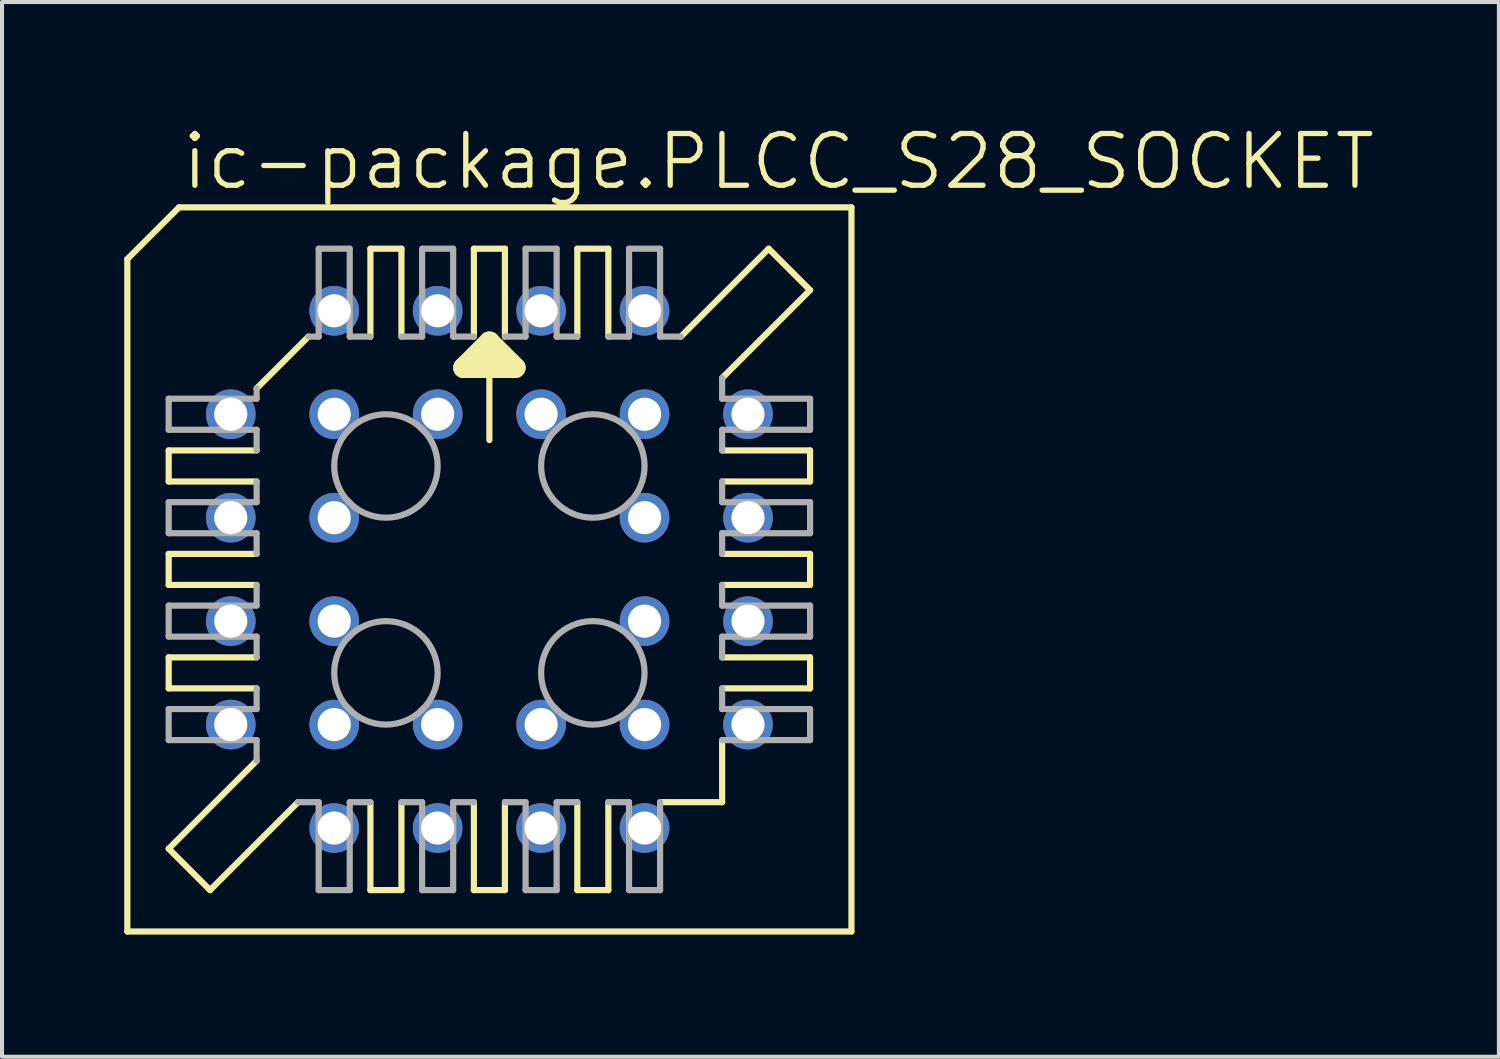
<source format=kicad_pcb>
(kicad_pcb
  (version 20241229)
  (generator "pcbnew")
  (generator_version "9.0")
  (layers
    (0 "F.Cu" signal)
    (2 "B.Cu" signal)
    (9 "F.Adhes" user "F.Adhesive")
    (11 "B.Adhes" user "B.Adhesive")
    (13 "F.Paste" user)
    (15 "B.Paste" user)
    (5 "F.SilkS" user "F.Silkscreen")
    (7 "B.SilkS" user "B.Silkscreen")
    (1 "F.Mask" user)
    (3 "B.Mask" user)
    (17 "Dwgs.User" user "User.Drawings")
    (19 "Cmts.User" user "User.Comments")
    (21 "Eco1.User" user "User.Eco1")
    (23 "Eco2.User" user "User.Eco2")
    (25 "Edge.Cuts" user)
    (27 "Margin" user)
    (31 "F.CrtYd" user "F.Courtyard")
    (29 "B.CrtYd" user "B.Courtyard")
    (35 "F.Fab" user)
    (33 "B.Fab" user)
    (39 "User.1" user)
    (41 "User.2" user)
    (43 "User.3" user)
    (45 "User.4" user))
  (footprint "ic-package.PLCC_S28_SOCKET"
    (layer "F.Cu")
    (at 8.966 10.931)
    (property "Reference" "ic-package.PLCC_S28_SOCKET" (at -7.62 -9.271 0) (layer "F.SilkS") (effects (font (size 1.27 1.27) (thickness 0.13)) (justify left bottom)))
    (attr through_hole)
    (fp_line (start -8.89 -7.62) (end -8.89 8.89) (stroke (width 0.152) (type default)) (layer "F.SilkS"))
    (fp_line (start -7.874 -2.159) (end -7.874 -2.921) (stroke (width 0.152) (type default)) (layer "F.SilkS"))
    (fp_line (start -7.874 -2.159) (end -5.715 -2.159) (stroke (width 0.152) (type default)) (layer "F.SilkS"))
    (fp_line (start -7.874 0.381) (end -7.874 -0.381) (stroke (width 0.152) (type default)) (layer "F.SilkS"))
    (fp_line (start -7.874 0.381) (end -5.715 0.381) (stroke (width 0.152) (type default)) (layer "F.SilkS"))
    (fp_line (start -7.874 2.921) (end -7.874 2.159) (stroke (width 0.152) (type default)) (layer "F.SilkS"))
    (fp_line (start -7.874 2.921) (end -5.715 2.921) (stroke (width 0.152) (type default)) (layer "F.SilkS"))
    (fp_line (start -7.874 6.858) (end -5.715 4.699) (stroke (width 0.152) (type default)) (layer "F.SilkS"))
    (fp_line (start -7.62 -8.89) (end -8.89 -7.62) (stroke (width 0.152) (type default)) (layer "F.SilkS"))
    (fp_line (start -6.858 7.874) (end -7.874 6.858) (stroke (width 0.152) (type default)) (layer "F.SilkS"))
    (fp_line (start -6.858 7.874) (end -4.699 5.715) (stroke (width 0.152) (type default)) (layer "F.SilkS"))
    (fp_line (start -5.715 -4.445) (end -4.445 -5.715) (stroke (width 0.152) (type default)) (layer "F.SilkS"))
    (fp_line (start -5.715 -2.921) (end -7.874 -2.921) (stroke (width 0.152) (type default)) (layer "F.SilkS"))
    (fp_line (start -5.715 -0.381) (end -7.874 -0.381) (stroke (width 0.152) (type default)) (layer "F.SilkS"))
    (fp_line (start -5.715 2.159) (end -7.874 2.159) (stroke (width 0.152) (type default)) (layer "F.SilkS"))
    (fp_line (start -2.921 -5.715) (end -2.921 -7.874) (stroke (width 0.152) (type default)) (layer "F.SilkS"))
    (fp_line (start -2.921 7.874) (end -2.921 5.715) (stroke (width 0.152) (type default)) (layer "F.SilkS"))
    (fp_line (start -2.921 7.874) (end -2.159 7.874) (stroke (width 0.152) (type default)) (layer "F.SilkS"))
    (fp_line (start -2.159 -7.874) (end -2.921 -7.874) (stroke (width 0.152) (type default)) (layer "F.SilkS"))
    (fp_line (start -2.159 -7.874) (end -2.159 -5.715) (stroke (width 0.152) (type default)) (layer "F.SilkS"))
    (fp_line (start -2.159 5.715) (end -2.159 7.874) (stroke (width 0.152) (type default)) (layer "F.SilkS"))
    (fp_line (start -0.635 -4.953) (end 0 -5.588) (stroke (width 0.508) (type default)) (layer "F.SilkS"))
    (fp_line (start -0.381 -5.715) (end -0.381 -7.874) (stroke (width 0.152) (type default)) (layer "F.SilkS"))
    (fp_line (start -0.381 7.874) (end -0.381 5.715) (stroke (width 0.152) (type default)) (layer "F.SilkS"))
    (fp_line (start -0.381 7.874) (end 0.381 7.874) (stroke (width 0.152) (type default)) (layer "F.SilkS"))
    (fp_line (start 0 -5.588) (end 0 -3.175) (stroke (width 0.152) (type default)) (layer "F.SilkS"))
    (fp_line (start 0 -5.588) (end 0.635 -4.953) (stroke (width 0.508) (type default)) (layer "F.SilkS"))
    (fp_line (start 0.381 -7.874) (end -0.381 -7.874) (stroke (width 0.152) (type default)) (layer "F.SilkS"))
    (fp_line (start 0.381 -7.874) (end 0.381 -5.715) (stroke (width 0.152) (type default)) (layer "F.SilkS"))
    (fp_line (start 0.381 5.715) (end 0.381 7.874) (stroke (width 0.152) (type default)) (layer "F.SilkS"))
    (fp_line (start 0.635 -4.953) (end -0.635 -4.953) (stroke (width 0.508) (type default)) (layer "F.SilkS"))
    (fp_line (start 2.159 -5.715) (end 2.159 -7.874) (stroke (width 0.152) (type default)) (layer "F.SilkS"))
    (fp_line (start 2.159 7.874) (end 2.159 5.715) (stroke (width 0.152) (type default)) (layer "F.SilkS"))
    (fp_line (start 2.159 7.874) (end 2.921 7.874) (stroke (width 0.152) (type default)) (layer "F.SilkS"))
    (fp_line (start 2.921 -7.874) (end 2.159 -7.874) (stroke (width 0.152) (type default)) (layer "F.SilkS"))
    (fp_line (start 2.921 -7.874) (end 2.921 -5.715) (stroke (width 0.152) (type default)) (layer "F.SilkS"))
    (fp_line (start 2.921 5.715) (end 2.921 7.874) (stroke (width 0.152) (type default)) (layer "F.SilkS"))
    (fp_line (start 4.191 5.715) (end 5.715 5.715) (stroke (width 0.152) (type default)) (layer "F.SilkS"))
    (fp_line (start 5.715 -2.159) (end 7.874 -2.159) (stroke (width 0.152) (type default)) (layer "F.SilkS"))
    (fp_line (start 5.715 0.381) (end 7.874 0.381) (stroke (width 0.152) (type default)) (layer "F.SilkS"))
    (fp_line (start 5.715 2.921) (end 7.874 2.921) (stroke (width 0.152) (type default)) (layer "F.SilkS"))
    (fp_line (start 5.715 4.191) (end 5.715 5.715) (stroke (width 0.152) (type default)) (layer "F.SilkS"))
    (fp_line (start 6.858 -7.874) (end 4.699 -5.715) (stroke (width 0.152) (type default)) (layer "F.SilkS"))
    (fp_line (start 7.874 -6.858) (end 5.715 -4.699) (stroke (width 0.152) (type default)) (layer "F.SilkS"))
    (fp_line (start 7.874 -6.858) (end 6.858 -7.874) (stroke (width 0.152) (type default)) (layer "F.SilkS"))
    (fp_line (start 7.874 -2.921) (end 5.715 -2.921) (stroke (width 0.152) (type default)) (layer "F.SilkS"))
    (fp_line (start 7.874 -2.921) (end 7.874 -2.159) (stroke (width 0.152) (type default)) (layer "F.SilkS"))
    (fp_line (start 7.874 -0.381) (end 5.715 -0.381) (stroke (width 0.152) (type default)) (layer "F.SilkS"))
    (fp_line (start 7.874 -0.381) (end 7.874 0.381) (stroke (width 0.152) (type default)) (layer "F.SilkS"))
    (fp_line (start 7.874 2.159) (end 5.715 2.159) (stroke (width 0.152) (type default)) (layer "F.SilkS"))
    (fp_line (start 7.874 2.159) (end 7.874 2.921) (stroke (width 0.152) (type default)) (layer "F.SilkS"))
    (fp_line (start 8.89 -8.89) (end -7.62 -8.89) (stroke (width 0.152) (type default)) (layer "F.SilkS"))
    (fp_line (start 8.89 8.89) (end -8.89 8.89) (stroke (width 0.152) (type default)) (layer "F.SilkS"))
    (fp_line (start 8.89 8.89) (end 8.89 -8.89) (stroke (width 0.152) (type default)) (layer "F.SilkS"))
    (fp_line (start -7.874 -3.429) (end -7.874 -4.191) (stroke (width 0.152) (type default)) (layer "F.Fab"))
    (fp_line (start -7.874 -3.429) (end -5.715 -3.429) (stroke (width 0.152) (type default)) (layer "F.Fab"))
    (fp_line (start -7.874 -0.889) (end -7.874 -1.651) (stroke (width 0.152) (type default)) (layer "F.Fab"))
    (fp_line (start -7.874 -0.889) (end -5.715 -0.889) (stroke (width 0.152) (type default)) (layer "F.Fab"))
    (fp_line (start -7.874 1.651) (end -7.874 0.889) (stroke (width 0.152) (type default)) (layer "F.Fab"))
    (fp_line (start -7.874 1.651) (end -5.715 1.651) (stroke (width 0.152) (type default)) (layer "F.Fab"))
    (fp_line (start -7.874 4.191) (end -7.874 3.429) (stroke (width 0.152) (type default)) (layer "F.Fab"))
    (fp_line (start -7.874 4.191) (end -5.715 4.191) (stroke (width 0.152) (type default)) (layer "F.Fab"))
    (fp_line (start -5.715 -4.191) (end -7.874 -4.191) (stroke (width 0.152) (type default)) (layer "F.Fab"))
    (fp_line (start -5.715 -4.191) (end -5.715 -4.445) (stroke (width 0.152) (type default)) (layer "F.Fab"))
    (fp_line (start -5.715 -2.921) (end -5.715 -3.429) (stroke (width 0.152) (type default)) (layer "F.Fab"))
    (fp_line (start -5.715 -1.651) (end -7.874 -1.651) (stroke (width 0.152) (type default)) (layer "F.Fab"))
    (fp_line (start -5.715 -1.651) (end -5.715 -2.159) (stroke (width 0.152) (type default)) (layer "F.Fab"))
    (fp_line (start -5.715 -0.381) (end -5.715 -0.889) (stroke (width 0.152) (type default)) (layer "F.Fab"))
    (fp_line (start -5.715 0.889) (end -7.874 0.889) (stroke (width 0.152) (type default)) (layer "F.Fab"))
    (fp_line (start -5.715 0.889) (end -5.715 0.381) (stroke (width 0.152) (type default)) (layer "F.Fab"))
    (fp_line (start -5.715 2.159) (end -5.715 1.651) (stroke (width 0.152) (type default)) (layer "F.Fab"))
    (fp_line (start -5.715 3.429) (end -7.874 3.429) (stroke (width 0.152) (type default)) (layer "F.Fab"))
    (fp_line (start -5.715 3.429) (end -5.715 2.921) (stroke (width 0.152) (type default)) (layer "F.Fab"))
    (fp_line (start -5.715 4.699) (end -5.715 4.191) (stroke (width 0.152) (type default)) (layer "F.Fab"))
    (fp_line (start -4.699 5.715) (end -4.191 5.715) (stroke (width 0.152) (type default)) (layer "F.Fab"))
    (fp_line (start -4.191 -5.715) (end -4.445 -5.715) (stroke (width 0.152) (type default)) (layer "F.Fab"))
    (fp_line (start -4.191 -5.715) (end -4.191 -7.874) (stroke (width 0.152) (type default)) (layer "F.Fab"))
    (fp_line (start -4.191 7.874) (end -4.191 5.715) (stroke (width 0.152) (type default)) (layer "F.Fab"))
    (fp_line (start -4.191 7.874) (end -3.429 7.874) (stroke (width 0.152) (type default)) (layer "F.Fab"))
    (fp_line (start -3.429 -7.874) (end -4.191 -7.874) (stroke (width 0.152) (type default)) (layer "F.Fab"))
    (fp_line (start -3.429 -7.874) (end -3.429 -5.715) (stroke (width 0.152) (type default)) (layer "F.Fab"))
    (fp_line (start -3.429 5.715) (end -3.429 7.874) (stroke (width 0.152) (type default)) (layer "F.Fab"))
    (fp_line (start -3.429 5.715) (end -2.921 5.715) (stroke (width 0.152) (type default)) (layer "F.Fab"))
    (fp_line (start -2.921 -5.715) (end -3.429 -5.715) (stroke (width 0.152) (type default)) (layer "F.Fab"))
    (fp_line (start -2.159 5.715) (end -1.651 5.715) (stroke (width 0.152) (type default)) (layer "F.Fab"))
    (fp_line (start -1.651 -5.715) (end -2.159 -5.715) (stroke (width 0.152) (type default)) (layer "F.Fab"))
    (fp_line (start -1.651 -5.715) (end -1.651 -7.874) (stroke (width 0.152) (type default)) (layer "F.Fab"))
    (fp_line (start -1.651 7.874) (end -1.651 5.715) (stroke (width 0.152) (type default)) (layer "F.Fab"))
    (fp_line (start -1.651 7.874) (end -0.889 7.874) (stroke (width 0.152) (type default)) (layer "F.Fab"))
    (fp_line (start -0.889 -7.874) (end -1.651 -7.874) (stroke (width 0.152) (type default)) (layer "F.Fab"))
    (fp_line (start -0.889 -7.874) (end -0.889 -5.715) (stroke (width 0.152) (type default)) (layer "F.Fab"))
    (fp_line (start -0.889 5.715) (end -0.889 7.874) (stroke (width 0.152) (type default)) (layer "F.Fab"))
    (fp_line (start -0.889 5.715) (end -0.381 5.715) (stroke (width 0.152) (type default)) (layer "F.Fab"))
    (fp_line (start -0.381 -5.715) (end -0.889 -5.715) (stroke (width 0.152) (type default)) (layer "F.Fab"))
    (fp_line (start 0.381 5.715) (end 0.889 5.715) (stroke (width 0.152) (type default)) (layer "F.Fab"))
    (fp_line (start 0.889 -5.715) (end 0.381 -5.715) (stroke (width 0.152) (type default)) (layer "F.Fab"))
    (fp_line (start 0.889 -5.715) (end 0.889 -7.874) (stroke (width 0.152) (type default)) (layer "F.Fab"))
    (fp_line (start 0.889 7.874) (end 0.889 5.715) (stroke (width 0.152) (type default)) (layer "F.Fab"))
    (fp_line (start 0.889 7.874) (end 1.651 7.874) (stroke (width 0.152) (type default)) (layer "F.Fab"))
    (fp_line (start 1.651 -7.874) (end 0.889 -7.874) (stroke (width 0.152) (type default)) (layer "F.Fab"))
    (fp_line (start 1.651 -7.874) (end 1.651 -5.715) (stroke (width 0.152) (type default)) (layer "F.Fab"))
    (fp_line (start 1.651 5.715) (end 1.651 7.874) (stroke (width 0.152) (type default)) (layer "F.Fab"))
    (fp_line (start 1.651 5.715) (end 2.159 5.715) (stroke (width 0.152) (type default)) (layer "F.Fab"))
    (fp_line (start 2.159 -5.715) (end 1.651 -5.715) (stroke (width 0.152) (type default)) (layer "F.Fab"))
    (fp_line (start 2.921 5.715) (end 3.429 5.715) (stroke (width 0.152) (type default)) (layer "F.Fab"))
    (fp_line (start 3.429 -5.715) (end 2.921 -5.715) (stroke (width 0.152) (type default)) (layer "F.Fab"))
    (fp_line (start 3.429 -5.715) (end 3.429 -7.874) (stroke (width 0.152) (type default)) (layer "F.Fab"))
    (fp_line (start 3.429 7.874) (end 3.429 5.715) (stroke (width 0.152) (type default)) (layer "F.Fab"))
    (fp_line (start 3.429 7.874) (end 4.191 7.874) (stroke (width 0.152) (type default)) (layer "F.Fab"))
    (fp_line (start 4.191 -7.874) (end 3.429 -7.874) (stroke (width 0.152) (type default)) (layer "F.Fab"))
    (fp_line (start 4.191 -7.874) (end 4.191 -5.715) (stroke (width 0.152) (type default)) (layer "F.Fab"))
    (fp_line (start 4.191 5.715) (end 4.191 7.874) (stroke (width 0.152) (type default)) (layer "F.Fab"))
    (fp_line (start 4.699 -5.715) (end 4.191 -5.715) (stroke (width 0.152) (type default)) (layer "F.Fab"))
    (fp_line (start 5.715 -4.699) (end 5.715 -4.191) (stroke (width 0.152) (type default)) (layer "F.Fab"))
    (fp_line (start 5.715 -3.429) (end 5.715 -2.921) (stroke (width 0.152) (type default)) (layer "F.Fab"))
    (fp_line (start 5.715 -3.429) (end 7.874 -3.429) (stroke (width 0.152) (type default)) (layer "F.Fab"))
    (fp_line (start 5.715 -2.159) (end 5.715 -1.651) (stroke (width 0.152) (type default)) (layer "F.Fab"))
    (fp_line (start 5.715 -0.889) (end 5.715 -0.381) (stroke (width 0.152) (type default)) (layer "F.Fab"))
    (fp_line (start 5.715 -0.889) (end 7.874 -0.889) (stroke (width 0.152) (type default)) (layer "F.Fab"))
    (fp_line (start 5.715 0.381) (end 5.715 0.889) (stroke (width 0.152) (type default)) (layer "F.Fab"))
    (fp_line (start 5.715 1.651) (end 5.715 2.159) (stroke (width 0.152) (type default)) (layer "F.Fab"))
    (fp_line (start 5.715 1.651) (end 7.874 1.651) (stroke (width 0.152) (type default)) (layer "F.Fab"))
    (fp_line (start 5.715 2.921) (end 5.715 3.429) (stroke (width 0.152) (type default)) (layer "F.Fab"))
    (fp_line (start 5.715 4.191) (end 7.874 4.191) (stroke (width 0.152) (type default)) (layer "F.Fab"))
    (fp_line (start 7.874 -4.191) (end 5.715 -4.191) (stroke (width 0.152) (type default)) (layer "F.Fab"))
    (fp_line (start 7.874 -4.191) (end 7.874 -3.429) (stroke (width 0.152) (type default)) (layer "F.Fab"))
    (fp_line (start 7.874 -1.651) (end 5.715 -1.651) (stroke (width 0.152) (type default)) (layer "F.Fab"))
    (fp_line (start 7.874 -1.651) (end 7.874 -0.889) (stroke (width 0.152) (type default)) (layer "F.Fab"))
    (fp_line (start 7.874 0.889) (end 5.715 0.889) (stroke (width 0.152) (type default)) (layer "F.Fab"))
    (fp_line (start 7.874 0.889) (end 7.874 1.651) (stroke (width 0.152) (type default)) (layer "F.Fab"))
    (fp_line (start 7.874 3.429) (end 5.715 3.429) (stroke (width 0.152) (type default)) (layer "F.Fab"))
    (fp_line (start 7.874 3.429) (end 7.874 4.191) (stroke (width 0.152) (type default)) (layer "F.Fab"))
    (fp_circle (center -2.54 -2.54) (end -1.27 -2.54) (stroke (width 0.152) (type default)) (fill no) (layer "F.Fab"))
    (fp_circle (center -2.54 2.54) (end -1.27 2.54) (stroke (width 0.152) (type default)) (fill no) (layer "F.Fab"))
    (fp_circle (center 2.54 -2.54) (end 3.81 -2.54) (stroke (width 0.152) (type default)) (fill no) (layer "F.Fab"))
    (fp_circle (center 2.54 2.54) (end 3.81 2.54) (stroke (width 0.152) (type default)) (fill no) (layer "F.Fab"))
    (pad "1" thru_hole circle (at 1.27 -3.81) (size 1.219 1.219) (drill 0.813) (layers "*.Cu" "*.Mask"))
    (pad "2" thru_hole circle (at -1.27 -6.35) (size 1.219 1.219) (drill 0.813) (layers "*.Cu" "*.Mask"))
    (pad "3" thru_hole circle (at -1.27 -3.81) (size 1.219 1.219) (drill 0.813) (layers "*.Cu" "*.Mask"))
    (pad "4" thru_hole circle (at -3.81 -6.35) (size 1.219 1.219) (drill 0.813) (layers "*.Cu" "*.Mask"))
    (pad "5" thru_hole circle (at -6.35 -3.81) (size 1.219 1.219) (drill 0.813) (layers "*.Cu" "*.Mask"))
    (pad "6" thru_hole circle (at -3.81 -3.81) (size 1.219 1.219) (drill 0.813) (layers "*.Cu" "*.Mask"))
    (pad "7" thru_hole circle (at -6.35 -1.27) (size 1.219 1.219) (drill 0.813) (layers "*.Cu" "*.Mask"))
    (pad "8" thru_hole circle (at -3.81 -1.27) (size 1.219 1.219) (drill 0.813) (layers "*.Cu" "*.Mask"))
    (pad "9" thru_hole circle (at -6.35 1.27) (size 1.219 1.219) (drill 0.813) (layers "*.Cu" "*.Mask"))
    (pad "10" thru_hole circle (at -3.81 1.27) (size 1.219 1.219) (drill 0.813) (layers "*.Cu" "*.Mask"))
    (pad "11" thru_hole circle (at -6.35 3.81) (size 1.219 1.219) (drill 0.813) (layers "*.Cu" "*.Mask"))
    (pad "12" thru_hole circle (at -3.81 6.35) (size 1.219 1.219) (drill 0.813) (layers "*.Cu" "*.Mask"))
    (pad "13" thru_hole circle (at -3.81 3.81) (size 1.219 1.219) (drill 0.813) (layers "*.Cu" "*.Mask"))
    (pad "14" thru_hole circle (at -1.27 6.35) (size 1.219 1.219) (drill 0.813) (layers "*.Cu" "*.Mask"))
    (pad "15" thru_hole circle (at -1.27 3.81) (size 1.219 1.219) (drill 0.813) (layers "*.Cu" "*.Mask"))
    (pad "16" thru_hole circle (at 1.27 6.35) (size 1.219 1.219) (drill 0.813) (layers "*.Cu" "*.Mask"))
    (pad "17" thru_hole circle (at 1.27 3.81) (size 1.219 1.219) (drill 0.813) (layers "*.Cu" "*.Mask"))
    (pad "18" thru_hole circle (at 3.81 6.35) (size 1.219 1.219) (drill 0.813) (layers "*.Cu" "*.Mask"))
    (pad "19" thru_hole circle (at 6.35 3.81) (size 1.219 1.219) (drill 0.813) (layers "*.Cu" "*.Mask"))
    (pad "20" thru_hole circle (at 3.81 3.81) (size 1.219 1.219) (drill 0.813) (layers "*.Cu" "*.Mask"))
    (pad "21" thru_hole circle (at 6.35 1.27) (size 1.219 1.219) (drill 0.813) (layers "*.Cu" "*.Mask"))
    (pad "22" thru_hole circle (at 3.81 1.27) (size 1.219 1.219) (drill 0.813) (layers "*.Cu" "*.Mask"))
    (pad "23" thru_hole circle (at 6.35 -1.27) (size 1.219 1.219) (drill 0.813) (layers "*.Cu" "*.Mask"))
    (pad "24" thru_hole circle (at 3.81 -1.27) (size 1.219 1.219) (drill 0.813) (layers "*.Cu" "*.Mask"))
    (pad "25" thru_hole circle (at 6.35 -3.81) (size 1.219 1.219) (drill 0.813) (layers "*.Cu" "*.Mask"))
    (pad "26" thru_hole circle (at 3.81 -6.35) (size 1.219 1.219) (drill 0.813) (layers "*.Cu" "*.Mask"))
    (pad "27" thru_hole circle (at 3.81 -3.81) (size 1.219 1.219) (drill 0.813) (layers "*.Cu" "*.Mask"))
    (pad "28" thru_hole circle (at 1.27 -6.35) (size 1.219 1.219) (drill 0.813) (layers "*.Cu" "*.Mask")))
  (gr_rect
    (start -3 -3)
    (end 33.753 22.897)
    (stroke (width 0.1) (type default))
    (fill no)
    (layer "Edge.Cuts")))
</source>
